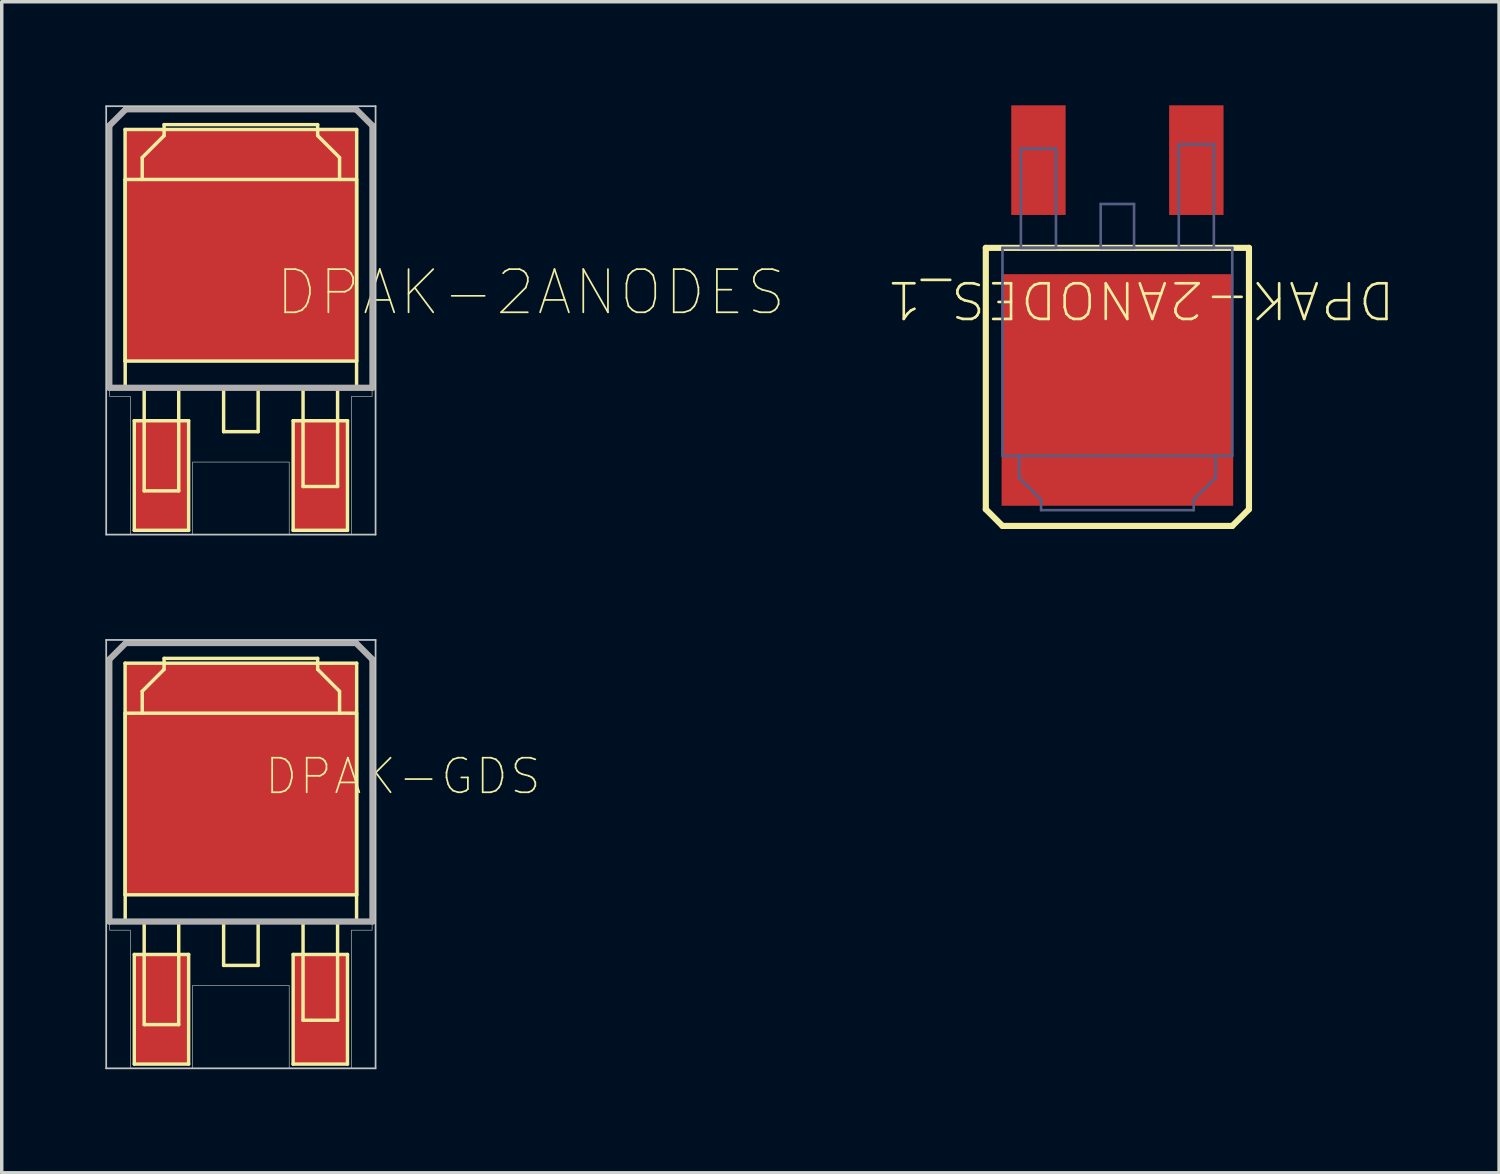
<source format=kicad_pcb>
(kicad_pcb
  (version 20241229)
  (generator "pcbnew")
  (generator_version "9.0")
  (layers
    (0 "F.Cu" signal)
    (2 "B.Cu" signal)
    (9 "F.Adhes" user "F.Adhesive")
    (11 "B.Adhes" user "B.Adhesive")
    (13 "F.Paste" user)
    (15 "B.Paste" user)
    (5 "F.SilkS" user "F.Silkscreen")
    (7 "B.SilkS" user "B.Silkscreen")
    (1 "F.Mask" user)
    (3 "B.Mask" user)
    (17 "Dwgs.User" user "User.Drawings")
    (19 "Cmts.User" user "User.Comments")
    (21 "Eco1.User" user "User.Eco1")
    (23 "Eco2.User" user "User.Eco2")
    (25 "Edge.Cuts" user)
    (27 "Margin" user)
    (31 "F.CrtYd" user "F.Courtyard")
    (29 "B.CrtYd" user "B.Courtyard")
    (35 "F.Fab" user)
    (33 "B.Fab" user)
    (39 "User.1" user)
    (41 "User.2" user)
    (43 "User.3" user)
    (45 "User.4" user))
  (footprint "DPAK-GDS"
    (placed yes)
    (layer "F.Cu")
    (at 3.925 21.285)
    (property "Reference" "DPAK-GDS" (at 0.635 -1.27 0) (layer "F.SilkS") (effects (font (size 1 1) (thickness 0.05)) (justify left bottom)))
    (attr through_hole)
    (fp_line (start -3.353 -5.131) (end -3.353 1.575) (stroke (width 0.1) (type solid)) (layer "F.SilkS"))
    (fp_line (start -3.353 1.575) (end 3.353 1.575) (stroke (width 0.1) (type solid)) (layer "F.SilkS"))
    (fp_line (start -3.35 -3.683) (end -3.35 2.349) (stroke (width 0.1) (type solid)) (layer "F.SilkS"))
    (fp_line (start -3.35 2.349) (end 3.35 2.349) (stroke (width 0.1) (type solid)) (layer "F.SilkS"))
    (fp_line (start -3.087 3.302) (end -1.513 3.302) (stroke (width 0.1) (type solid)) (layer "F.SilkS"))
    (fp_line (start -3.087 6.477) (end -3.087 3.302) (stroke (width 0.1) (type solid)) (layer "F.SilkS"))
    (fp_line (start -2.857 -4.318) (end -2.223 -4.953) (stroke (width 0.1) (type solid)) (layer "F.SilkS"))
    (fp_line (start -2.857 -3.683) (end -2.857 -4.318) (stroke (width 0.1) (type solid)) (layer "F.SilkS"))
    (fp_line (start -2.8 2.349) (end -2.8 5.334) (stroke (width 0.1) (type solid)) (layer "F.SilkS"))
    (fp_line (start -2.8 5.334) (end -1.8 5.334) (stroke (width 0.1) (type solid)) (layer "F.SilkS"))
    (fp_line (start -2.223 -5.271) (end 2.223 -5.271) (stroke (width 0.1) (type solid)) (layer "F.SilkS"))
    (fp_line (start -2.223 -4.953) (end -2.223 -5.271) (stroke (width 0.1) (type solid)) (layer "F.SilkS"))
    (fp_line (start -1.8 2.349) (end -2.8 2.349) (stroke (width 0.1) (type solid)) (layer "F.SilkS"))
    (fp_line (start -1.8 5.334) (end -1.8 2.349) (stroke (width 0.1) (type solid)) (layer "F.SilkS"))
    (fp_line (start -1.513 3.302) (end -1.513 6.477) (stroke (width 0.1) (type solid)) (layer "F.SilkS"))
    (fp_line (start -1.513 6.477) (end -3.087 6.477) (stroke (width 0.1) (type solid)) (layer "F.SilkS"))
    (fp_line (start -0.5 2.349) (end -0.5 3.619) (stroke (width 0.1) (type solid)) (layer "F.SilkS"))
    (fp_line (start -0.5 3.619) (end 0.5 3.619) (stroke (width 0.1) (type solid)) (layer "F.SilkS"))
    (fp_line (start 0.5 2.349) (end -0.5 2.349) (stroke (width 0.1) (type solid)) (layer "F.SilkS"))
    (fp_line (start 0.5 3.619) (end 0.5 2.349) (stroke (width 0.1) (type solid)) (layer "F.SilkS"))
    (fp_line (start 1.513 3.302) (end 3.087 3.302) (stroke (width 0.1) (type solid)) (layer "F.SilkS"))
    (fp_line (start 1.513 6.477) (end 1.513 3.302) (stroke (width 0.1) (type solid)) (layer "F.SilkS"))
    (fp_line (start 1.8 2.349) (end 1.8 5.207) (stroke (width 0.1) (type solid)) (layer "F.SilkS"))
    (fp_line (start 1.8 5.207) (end 2.8 5.207) (stroke (width 0.1) (type solid)) (layer "F.SilkS"))
    (fp_line (start 2.223 -5.271) (end 2.223 -4.953) (stroke (width 0.1) (type solid)) (layer "F.SilkS"))
    (fp_line (start 2.223 -4.953) (end 2.857 -4.318) (stroke (width 0.1) (type solid)) (layer "F.SilkS"))
    (fp_line (start 2.8 2.349) (end 1.8 2.349) (stroke (width 0.1) (type solid)) (layer "F.SilkS"))
    (fp_line (start 2.8 5.207) (end 2.8 2.349) (stroke (width 0.1) (type solid)) (layer "F.SilkS"))
    (fp_line (start 2.857 -4.318) (end 2.857 -3.683) (stroke (width 0.1) (type solid)) (layer "F.SilkS"))
    (fp_line (start 3.087 3.302) (end 3.087 6.477) (stroke (width 0.1) (type solid)) (layer "F.SilkS"))
    (fp_line (start 3.087 6.477) (end 1.513 6.477) (stroke (width 0.1) (type solid)) (layer "F.SilkS"))
    (fp_line (start 3.35 -3.683) (end -3.35 -3.683) (stroke (width 0.1) (type solid)) (layer "F.SilkS"))
    (fp_line (start 3.35 2.349) (end 3.35 -3.683) (stroke (width 0.1) (type solid)) (layer "F.SilkS"))
    (fp_line (start 3.353 -5.131) (end -3.353 -5.131) (stroke (width 0.1) (type solid)) (layer "F.SilkS"))
    (fp_line (start 3.353 1.575) (end 3.353 -5.131) (stroke (width 0.1) (type solid)) (layer "F.SilkS"))
    (fp_line (start -3.9 -5.805) (end 3.9 -5.805) (stroke (width 0.05) (type solid)) (layer "Dwgs.User"))
    (fp_line (start -3.9 6.6) (end -3.9 -5.805) (stroke (width 0.05) (type solid)) (layer "Dwgs.User"))
    (fp_line (start 3.9 -5.805) (end 3.9 6.6) (stroke (width 0.05) (type solid)) (layer "Dwgs.User"))
    (fp_line (start 3.9 6.6) (end -3.9 6.6) (stroke (width 0.05) (type solid)) (layer "Dwgs.User"))
    (fp_line (start -3.81 -5.239) (end -3.81 2.349) (stroke (width 0.18) (type solid)) (layer "F.Fab"))
    (fp_line (start -3.81 2.349) (end 3.81 2.349) (stroke (width 0.18) (type solid)) (layer "F.Fab"))
    (fp_line (start -3.334 -5.715) (end -3.81 -5.239) (stroke (width 0.18) (type solid)) (layer "F.Fab"))
    (fp_line (start 3.334 -5.715) (end -3.334 -5.715) (stroke (width 0.18) (type solid)) (layer "F.Fab"))
    (fp_line (start 3.81 -5.239) (end 3.334 -5.715) (stroke (width 0.18) (type solid)) (layer "F.Fab"))
    (fp_line (start 3.81 2.349) (end 3.81 -5.239) (stroke (width 0.18) (type solid)) (layer "F.Fab"))
    (fp_poly (pts (xy -3.2 6.6) (xy -3.2 2.6) (xy -3.8 2.6) (xy -3.8 -5.3) (xy -3.4 -5.7) (xy 3.4 -5.7) (xy 3.8 -5.3) (xy 3.8 2.6) (xy 3.2 2.6) (xy 3.2 6.6) (xy 1.4 6.6) (xy 1.4 4.2) (xy -1.4 4.2) (xy -1.4 6.6)) (stroke (width 0.02) (type solid)) (fill no) (layer "F.Fab"))
    (pad "D" smd rect (at 0 -1.778) (size 6.706 6.706) (layers "F.Cu" "F.Mask" "F.Paste"))
    (pad "G" smd rect (at -2.3 4.889) (size 1.575 3.175) (layers "F.Cu" "F.Mask" "F.Paste"))
    (pad "S" smd rect (at 2.3 4.889) (size 1.575 3.175) (layers "F.Cu" "F.Mask" "F.Paste")))
  (footprint "DPAK-2ANODES_1"
    (layer "F.Cu")
    (at 29.305 6.464)
    (property "Reference" "DPAK-2ANODES_1" (at 0.673 -0.838 180) (unlocked yes) (layer "F.SilkS") (effects (font (size 1.033 1.087) (thickness 0.076))))
    (attr smd)
    (fp_line (start -3.81 -2.337) (end -3.81 5.232) (stroke (width 0.178) (type solid)) (layer "F.SilkS"))
    (fp_line (start -3.327 5.715) (end -3.81 5.232) (stroke (width 0.178) (type solid)) (layer "F.SilkS"))
    (fp_line (start 3.327 5.715) (end -3.327 5.715) (stroke (width 0.178) (type solid)) (layer "F.SilkS"))
    (fp_line (start 3.81 -2.337) (end -3.81 -2.337) (stroke (width 0.178) (type solid)) (layer "F.SilkS"))
    (fp_line (start 3.81 -2.337) (end 3.81 5.232) (stroke (width 0.178) (type solid)) (layer "F.SilkS"))
    (fp_line (start 3.81 5.232) (end 3.327 5.715) (stroke (width 0.178) (type solid)) (layer "F.SilkS"))
    (fp_line (start -3.327 -2.337) (end -3.327 3.683) (stroke (width 0.076) (type solid)) (layer "B.Fab"))
    (fp_line (start -2.845 3.683) (end -2.845 4.318) (stroke (width 0.076) (type solid)) (layer "B.Fab"))
    (fp_line (start -2.794 -5.207) (end -2.794 -2.337) (stroke (width 0.076) (type solid)) (layer "B.Fab"))
    (fp_line (start -2.21 4.953) (end -2.845 4.318) (stroke (width 0.076) (type solid)) (layer "B.Fab"))
    (fp_line (start -2.21 4.953) (end -2.21 5.258) (stroke (width 0.076) (type solid)) (layer "B.Fab"))
    (fp_line (start -1.778 -5.207) (end -2.794 -5.207) (stroke (width 0.076) (type solid)) (layer "B.Fab"))
    (fp_line (start -1.778 -5.207) (end -1.778 -2.337) (stroke (width 0.076) (type solid)) (layer "B.Fab"))
    (fp_line (start -1.778 -2.337) (end -2.794 -2.337) (stroke (width 0.076) (type solid)) (layer "B.Fab"))
    (fp_line (start -0.483 -3.607) (end -0.483 -2.337) (stroke (width 0.076) (type solid)) (layer "B.Fab"))
    (fp_line (start 0.483 -3.607) (end -0.483 -3.607) (stroke (width 0.076) (type solid)) (layer "B.Fab"))
    (fp_line (start 0.483 -3.607) (end 0.483 -2.337) (stroke (width 0.076) (type solid)) (layer "B.Fab"))
    (fp_line (start 0.483 -2.337) (end -0.483 -2.337) (stroke (width 0.076) (type solid)) (layer "B.Fab"))
    (fp_line (start 1.778 -5.334) (end 1.778 -2.337) (stroke (width 0.076) (type solid)) (layer "B.Fab"))
    (fp_line (start 2.21 4.953) (end 2.21 5.258) (stroke (width 0.076) (type solid)) (layer "B.Fab"))
    (fp_line (start 2.21 5.258) (end -2.21 5.258) (stroke (width 0.076) (type solid)) (layer "B.Fab"))
    (fp_line (start 2.794 -5.334) (end 1.778 -5.334) (stroke (width 0.076) (type solid)) (layer "B.Fab"))
    (fp_line (start 2.794 -5.334) (end 2.794 -2.337) (stroke (width 0.076) (type solid)) (layer "B.Fab"))
    (fp_line (start 2.794 -2.337) (end 1.778 -2.337) (stroke (width 0.076) (type solid)) (layer "B.Fab"))
    (fp_line (start 2.845 3.683) (end 2.845 4.318) (stroke (width 0.076) (type solid)) (layer "B.Fab"))
    (fp_line (start 2.845 4.318) (end 2.21 4.953) (stroke (width 0.076) (type solid)) (layer "B.Fab"))
    (fp_line (start 3.327 -2.337) (end -3.327 -2.337) (stroke (width 0.076) (type solid)) (layer "B.Fab"))
    (fp_line (start 3.327 -2.337) (end 3.327 3.683) (stroke (width 0.076) (type solid)) (layer "B.Fab"))
    (fp_line (start 3.327 3.683) (end -3.327 3.683) (stroke (width 0.076) (type solid)) (layer "B.Fab"))
    (pad "A1" smd rect (at 2.286 -4.877) (size 1.575 3.175) (layers "F.Cu" "F.Mask" "F.Paste"))
    (pad "A2" smd rect (at -2.286 -4.877) (size 1.575 3.175) (layers "F.Cu" "F.Mask" "F.Paste"))
    (pad "K" smd rect (at 0 1.778) (size 6.706 6.706) (layers "F.Cu" "F.Mask" "F.Paste")))
  (footprint "DPAK-2ANODES"
    (placed yes)
    (layer "F.Cu")
    (at 3.925 5.83)
    (property "Reference" "DPAK-2ANODES" (at 0.953 0.318 0) (layer "F.SilkS") (effects (font (size 1.25 1.25) (thickness 0.05)) (justify left bottom)))
    (attr through_hole)
    (fp_line (start -3.353 -5.131) (end -3.353 1.575) (stroke (width 0.1) (type solid)) (layer "F.SilkS"))
    (fp_line (start -3.353 1.575) (end 3.353 1.575) (stroke (width 0.1) (type solid)) (layer "F.SilkS"))
    (fp_line (start -3.35 -3.683) (end -3.35 2.349) (stroke (width 0.1) (type solid)) (layer "F.SilkS"))
    (fp_line (start -3.35 2.349) (end 3.35 2.349) (stroke (width 0.1) (type solid)) (layer "F.SilkS"))
    (fp_line (start -3.087 3.302) (end -1.513 3.302) (stroke (width 0.1) (type solid)) (layer "F.SilkS"))
    (fp_line (start -3.087 6.477) (end -3.087 3.302) (stroke (width 0.1) (type solid)) (layer "F.SilkS"))
    (fp_line (start -2.857 -4.318) (end -2.223 -4.953) (stroke (width 0.1) (type solid)) (layer "F.SilkS"))
    (fp_line (start -2.857 -3.683) (end -2.857 -4.318) (stroke (width 0.1) (type solid)) (layer "F.SilkS"))
    (fp_line (start -2.8 2.349) (end -2.8 5.334) (stroke (width 0.1) (type solid)) (layer "F.SilkS"))
    (fp_line (start -2.8 5.334) (end -1.8 5.334) (stroke (width 0.1) (type solid)) (layer "F.SilkS"))
    (fp_line (start -2.223 -5.271) (end 2.223 -5.271) (stroke (width 0.1) (type solid)) (layer "F.SilkS"))
    (fp_line (start -2.223 -4.953) (end -2.223 -5.271) (stroke (width 0.1) (type solid)) (layer "F.SilkS"))
    (fp_line (start -1.8 2.349) (end -2.8 2.349) (stroke (width 0.1) (type solid)) (layer "F.SilkS"))
    (fp_line (start -1.8 5.334) (end -1.8 2.349) (stroke (width 0.1) (type solid)) (layer "F.SilkS"))
    (fp_line (start -1.513 3.302) (end -1.513 6.477) (stroke (width 0.1) (type solid)) (layer "F.SilkS"))
    (fp_line (start -1.513 6.477) (end -3.087 6.477) (stroke (width 0.1) (type solid)) (layer "F.SilkS"))
    (fp_line (start -0.5 2.349) (end -0.5 3.619) (stroke (width 0.1) (type solid)) (layer "F.SilkS"))
    (fp_line (start -0.5 3.619) (end 0.5 3.619) (stroke (width 0.1) (type solid)) (layer "F.SilkS"))
    (fp_line (start 0.5 2.349) (end -0.5 2.349) (stroke (width 0.1) (type solid)) (layer "F.SilkS"))
    (fp_line (start 0.5 3.619) (end 0.5 2.349) (stroke (width 0.1) (type solid)) (layer "F.SilkS"))
    (fp_line (start 1.513 3.302) (end 3.087 3.302) (stroke (width 0.1) (type solid)) (layer "F.SilkS"))
    (fp_line (start 1.513 6.477) (end 1.513 3.302) (stroke (width 0.1) (type solid)) (layer "F.SilkS"))
    (fp_line (start 1.8 2.349) (end 1.8 5.207) (stroke (width 0.1) (type solid)) (layer "F.SilkS"))
    (fp_line (start 1.8 5.207) (end 2.8 5.207) (stroke (width 0.1) (type solid)) (layer "F.SilkS"))
    (fp_line (start 2.223 -5.271) (end 2.223 -4.953) (stroke (width 0.1) (type solid)) (layer "F.SilkS"))
    (fp_line (start 2.223 -4.953) (end 2.857 -4.318) (stroke (width 0.1) (type solid)) (layer "F.SilkS"))
    (fp_line (start 2.8 2.349) (end 1.8 2.349) (stroke (width 0.1) (type solid)) (layer "F.SilkS"))
    (fp_line (start 2.8 5.207) (end 2.8 2.349) (stroke (width 0.1) (type solid)) (layer "F.SilkS"))
    (fp_line (start 2.857 -4.318) (end 2.857 -3.683) (stroke (width 0.1) (type solid)) (layer "F.SilkS"))
    (fp_line (start 3.087 3.302) (end 3.087 6.477) (stroke (width 0.1) (type solid)) (layer "F.SilkS"))
    (fp_line (start 3.087 6.477) (end 1.513 6.477) (stroke (width 0.1) (type solid)) (layer "F.SilkS"))
    (fp_line (start 3.35 -3.683) (end -3.35 -3.683) (stroke (width 0.1) (type solid)) (layer "F.SilkS"))
    (fp_line (start 3.35 2.349) (end 3.35 -3.683) (stroke (width 0.1) (type solid)) (layer "F.SilkS"))
    (fp_line (start 3.353 -5.131) (end -3.353 -5.131) (stroke (width 0.1) (type solid)) (layer "F.SilkS"))
    (fp_line (start 3.353 1.575) (end 3.353 -5.131) (stroke (width 0.1) (type solid)) (layer "F.SilkS"))
    (fp_line (start -3.9 -5.805) (end 3.9 -5.805) (stroke (width 0.05) (type solid)) (layer "Dwgs.User"))
    (fp_line (start -3.9 6.6) (end -3.9 -5.805) (stroke (width 0.05) (type solid)) (layer "Dwgs.User"))
    (fp_line (start 3.9 -5.805) (end 3.9 6.6) (stroke (width 0.05) (type solid)) (layer "Dwgs.User"))
    (fp_line (start 3.9 6.6) (end -3.9 6.6) (stroke (width 0.05) (type solid)) (layer "Dwgs.User"))
    (fp_line (start -3.81 -5.239) (end -3.81 2.349) (stroke (width 0.18) (type solid)) (layer "F.Fab"))
    (fp_line (start -3.81 2.349) (end 3.81 2.349) (stroke (width 0.18) (type solid)) (layer "F.Fab"))
    (fp_line (start -3.334 -5.715) (end -3.81 -5.239) (stroke (width 0.18) (type solid)) (layer "F.Fab"))
    (fp_line (start 3.334 -5.715) (end -3.334 -5.715) (stroke (width 0.18) (type solid)) (layer "F.Fab"))
    (fp_line (start 3.81 -5.239) (end 3.334 -5.715) (stroke (width 0.18) (type solid)) (layer "F.Fab"))
    (fp_line (start 3.81 2.349) (end 3.81 -5.239) (stroke (width 0.18) (type solid)) (layer "F.Fab"))
    (fp_poly (pts (xy -3.2 6.6) (xy -3.2 2.6) (xy -3.8 2.6) (xy -3.8 -5.3) (xy -3.4 -5.7) (xy 3.4 -5.7) (xy 3.8 -5.3) (xy 3.8 2.6) (xy 3.2 2.6) (xy 3.2 6.6) (xy 1.4 6.6) (xy 1.4 4.5) (xy -1.4 4.5) (xy -1.4 6.6)) (stroke (width 0.02) (type solid)) (fill no) (layer "F.Fab"))
    (pad "A1" smd rect (at -2.3 4.889) (size 1.575 3.175) (layers "F.Cu" "F.Mask" "F.Paste"))
    (pad "A2" smd rect (at 2.3 4.889) (size 1.575 3.175) (layers "F.Cu" "F.Mask" "F.Paste"))
    (pad "K" smd rect (at 0 -1.778) (size 6.706 6.706) (layers "F.Cu" "F.Mask" "F.Paste")))
  (gr_rect
    (start -3 -3)
    (end 40.357 30.91)
    (stroke (width 0.1) (type default))
    (fill no)
    (layer "Edge.Cuts")))
</source>
